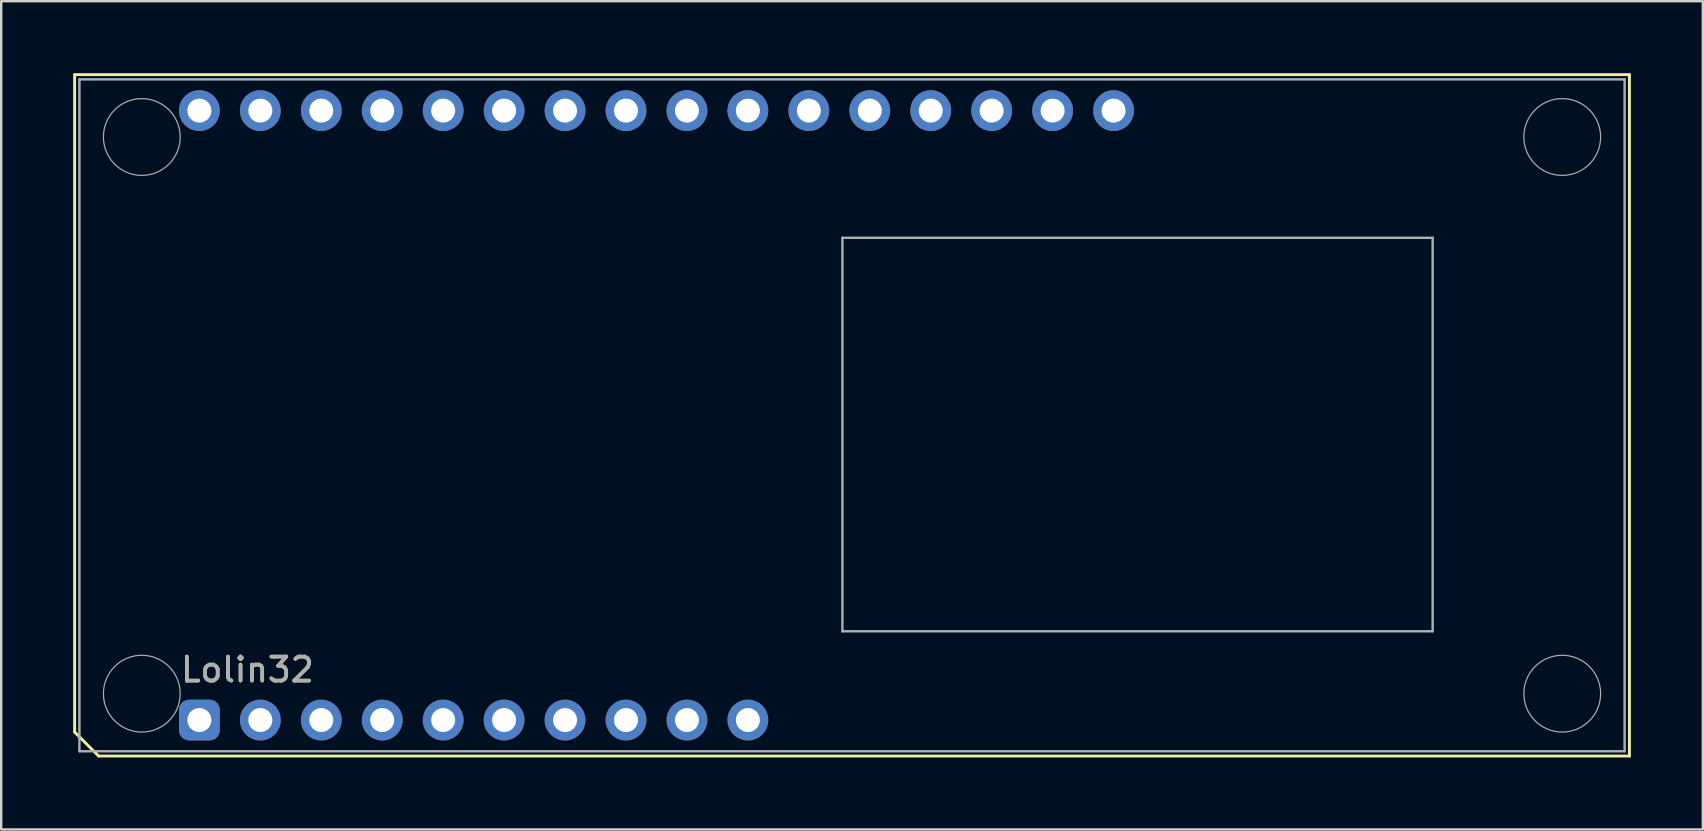
<source format=kicad_pcb>
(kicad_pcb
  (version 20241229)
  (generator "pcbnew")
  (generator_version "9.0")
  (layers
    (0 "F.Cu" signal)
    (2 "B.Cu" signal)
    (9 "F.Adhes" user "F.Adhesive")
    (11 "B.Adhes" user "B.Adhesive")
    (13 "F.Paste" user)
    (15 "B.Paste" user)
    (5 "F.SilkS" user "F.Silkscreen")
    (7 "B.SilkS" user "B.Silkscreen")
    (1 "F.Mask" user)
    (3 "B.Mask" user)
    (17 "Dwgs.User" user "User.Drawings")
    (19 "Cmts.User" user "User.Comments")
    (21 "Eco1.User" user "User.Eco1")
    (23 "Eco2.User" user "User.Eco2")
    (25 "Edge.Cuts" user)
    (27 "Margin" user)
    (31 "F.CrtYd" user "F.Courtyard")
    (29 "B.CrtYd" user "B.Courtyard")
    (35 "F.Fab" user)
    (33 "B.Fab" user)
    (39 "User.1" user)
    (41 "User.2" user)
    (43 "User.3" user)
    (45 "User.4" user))
  (footprint "Lolin32"
    (layer "F.Cu")
    (at 5.26 26.96)
    (property "Reference" "Lolin32" (at 2 -2.1 0) (unlocked yes) (layer "F.SilkS") (effects (font (size 1 1) (thickness 0.15))))
    (attr through_hole)
    (fp_line (start -5.2 -26.9) (end 59.6 -26.9) (stroke (width 0.12) (type solid)) (layer "F.SilkS"))
    (fp_line (start -5.2 0.5) (end -5.2 -26.9) (stroke (width 0.12) (type solid)) (layer "F.SilkS"))
    (fp_line (start -5.2 0.5) (end -4.2 1.5) (stroke (width 0.12) (type solid)) (layer "F.SilkS"))
    (fp_line (start 59.6 -26.9) (end 59.6 1.5) (stroke (width 0.12) (type solid)) (layer "F.SilkS"))
    (fp_line (start 59.6 1.5) (end -4.2 1.5) (stroke (width 0.12) (type solid)) (layer "F.SilkS"))
    (fp_line (start -5 -26.7) (end 59.4 -26.7) (stroke (width 0.1) (type solid)) (layer "F.Fab"))
    (fp_line (start -5 1.3) (end -5 -26.7) (stroke (width 0.1) (type solid)) (layer "F.Fab"))
    (fp_line (start 26.8 -20.1) (end 26.8 -3.7) (stroke (width 0.1) (type solid)) (layer "F.Fab"))
    (fp_line (start 26.8 -20.1) (end 51.4 -20.1) (stroke (width 0.1) (type solid)) (layer "F.Fab"))
    (fp_line (start 26.8 -3.7) (end 51.4 -3.7) (stroke (width 0.1) (type solid)) (layer "F.Fab"))
    (fp_line (start 51.4 -3.7) (end 51.4 -20.1) (stroke (width 0.1) (type solid)) (layer "F.Fab"))
    (fp_line (start 59.4 -26.7) (end 59.4 1.3) (stroke (width 0.1) (type solid)) (layer "F.Fab"))
    (fp_line (start 59.4 1.3) (end -5 1.3) (stroke (width 0.1) (type solid)) (layer "F.Fab"))
    (fp_circle (center -2.4 -24.3) (end -0.8 -24.3) (stroke (width 0.05) (type solid)) (fill no) (layer "F.Fab"))
    (fp_circle (center -2.4 -1.1) (end -0.8 -1.1) (stroke (width 0.05) (type solid)) (fill no) (layer "F.Fab"))
    (fp_circle (center 56.8 -24.3) (end 58.4 -24.3) (stroke (width 0.05) (type solid)) (fill no) (layer "F.Fab"))
    (fp_circle (center 56.8 -1.1) (end 58.4 -1.1) (stroke (width 0.05) (type solid)) (fill no) (layer "F.Fab"))
    (fp_text user "${REFERENCE}" (at 2 -2.1 0) (unlocked yes) (layer "F.Fab") (effects (font (size 1 1) (thickness 0.15))))
    (pad "1" thru_hole roundrect (at 0 0) (size 1.7 1.7) (drill 1) (layers "*.Cu" "*.Mask") (roundrect_rratio 0.25))
    (pad "2" thru_hole circle (at 2.54 0) (size 1.7 1.7) (drill 1) (layers "*.Cu" "*.Mask"))
    (pad "3" thru_hole circle (at 5.08 0) (size 1.7 1.7) (drill 1) (layers "*.Cu" "*.Mask"))
    (pad "4" thru_hole circle (at 7.62 0) (size 1.7 1.7) (drill 1) (layers "*.Cu" "*.Mask"))
    (pad "5" thru_hole circle (at 10.16 0) (size 1.7 1.7) (drill 1) (layers "*.Cu" "*.Mask"))
    (pad "6" thru_hole circle (at 12.7 0) (size 1.7 1.7) (drill 1) (layers "*.Cu" "*.Mask"))
    (pad "7" thru_hole circle (at 15.24 0) (size 1.7 1.7) (drill 1) (layers "*.Cu" "*.Mask"))
    (pad "8" thru_hole circle (at 17.78 0) (size 1.7 1.7) (drill 1) (layers "*.Cu" "*.Mask"))
    (pad "9" thru_hole circle (at 20.32 0) (size 1.7 1.7) (drill 1) (layers "*.Cu" "*.Mask"))
    (pad "10" thru_hole circle (at 22.86 0) (size 1.7 1.7) (drill 1) (layers "*.Cu" "*.Mask"))
    (pad "11" thru_hole circle (at 38.1 -25.4) (size 1.7 1.7) (drill 1) (layers "*.Cu" "*.Mask"))
    (pad "12" thru_hole circle (at 35.56 -25.4) (size 1.7 1.7) (drill 1) (layers "*.Cu" "*.Mask"))
    (pad "13" thru_hole circle (at 33.02 -25.4) (size 1.7 1.7) (drill 1) (layers "*.Cu" "*.Mask"))
    (pad "14" thru_hole circle (at 30.48 -25.4) (size 1.7 1.7) (drill 1) (layers "*.Cu" "*.Mask"))
    (pad "15" thru_hole circle (at 27.94 -25.4) (size 1.7 1.7) (drill 1) (layers "*.Cu" "*.Mask"))
    (pad "16" thru_hole circle (at 25.4 -25.4) (size 1.7 1.7) (drill 1) (layers "*.Cu" "*.Mask"))
    (pad "17" thru_hole circle (at 22.86 -25.4) (size 1.7 1.7) (drill 1) (layers "*.Cu" "*.Mask"))
    (pad "18" thru_hole circle (at 20.32 -25.4) (size 1.7 1.7) (drill 1) (layers "*.Cu" "*.Mask"))
    (pad "19" thru_hole circle (at 17.78 -25.4) (size 1.7 1.7) (drill 1) (layers "*.Cu" "*.Mask"))
    (pad "20" thru_hole circle (at 15.24 -25.4) (size 1.7 1.7) (drill 1) (layers "*.Cu" "*.Mask"))
    (pad "21" thru_hole circle (at 12.7 -25.4) (size 1.7 1.7) (drill 1) (layers "*.Cu" "*.Mask"))
    (pad "22" thru_hole circle (at 10.16 -25.4) (size 1.7 1.7) (drill 1) (layers "*.Cu" "*.Mask"))
    (pad "23" thru_hole circle (at 7.62 -25.4) (size 1.7 1.7) (drill 1) (layers "*.Cu" "*.Mask"))
    (pad "24" thru_hole circle (at 5.08 -25.4) (size 1.7 1.7) (drill 1) (layers "*.Cu" "*.Mask"))
    (pad "25" thru_hole circle (at 2.54 -25.4) (size 1.7 1.7) (drill 1) (layers "*.Cu" "*.Mask"))
    (pad "26" thru_hole circle (at 0 -25.4) (size 1.7 1.7) (drill 1) (layers "*.Cu" "*.Mask")))
  (gr_rect
    (start -3 -3)
    (end 67.92 31.52)
    (stroke (width 0.1) (type default))
    (fill no)
    (layer "Edge.Cuts")))
</source>
